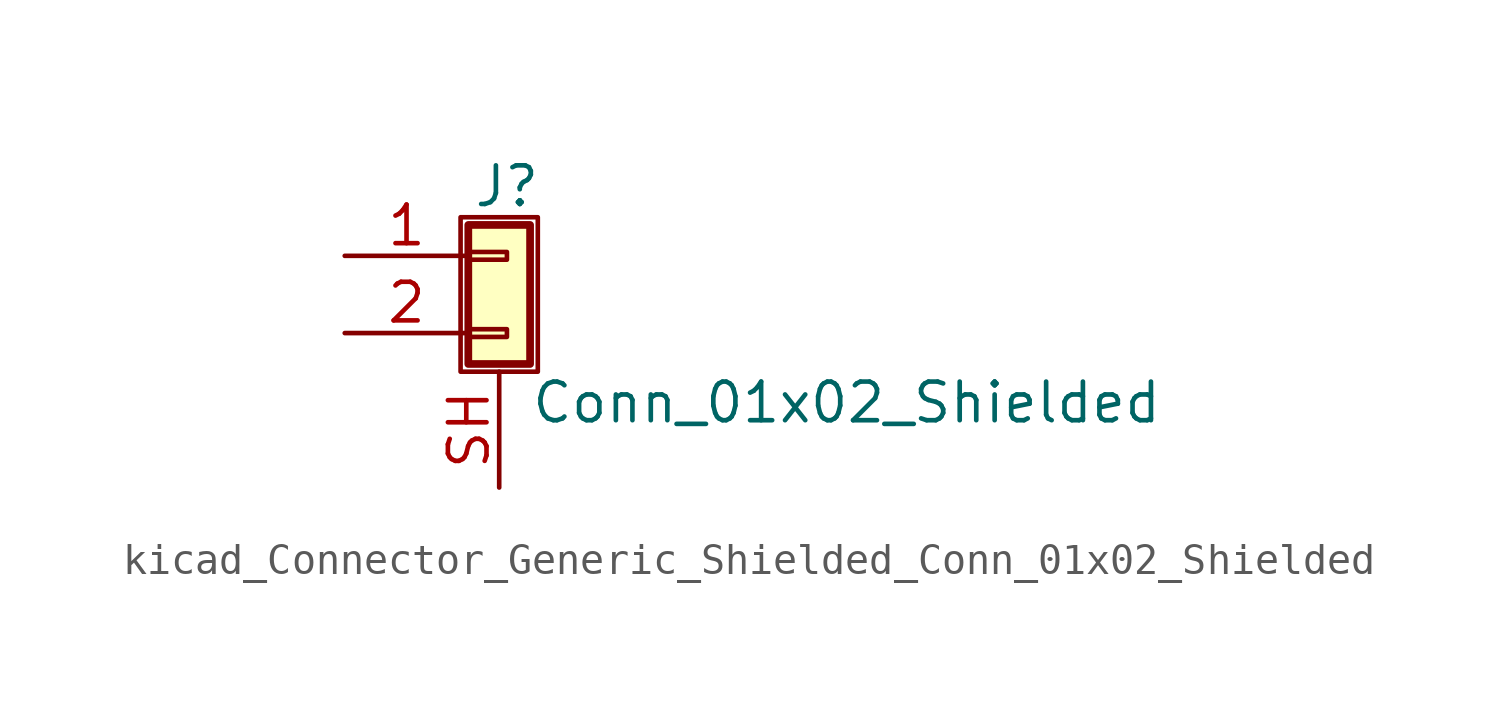
<source format=kicad_sym>
(kicad_symbol_lib
  (version 20220914)
  (generator kicad_symbol_editor)
  (symbol "kicad_Connector_Generic_Shielded_Conn_01x02_Shielded"
    (pin_names
      (offset 1.016) hide)
    (property "Reference" "J"
      (at 0.254 2.286 0)
      (effects (font (size 1.27 1.27))))
    (property "Value" "Conn_01x02_Shielded"
      (at 1.016 -4.826 0)
      (effects (font (size 1.27 1.27)) (justify left)))
    (symbol "kicad_Connector_Generic_Shielded_Conn_01x02_Shielded_1_1"
      (rectangle (start -1.27 1.27) (end 1.27 -3.81) (stroke (width 0.152) (type default)) (fill (type none)))
      (rectangle (start -1.016 -2.413) (end 0.254 -2.667) (stroke (width 0.152) (type default)) (fill (type none)))
      (rectangle (start -1.016 0.127) (end 0.254 -0.127) (stroke (width 0.152) (type default)) (fill (type none)))
      (rectangle (start -1.016 1.016) (end 1.016 -3.556) (stroke (width 0.254) (type default)) (fill (type background)))
      (pin passive line (at -5.08 0 0) (length 4.064) (name "Pin_1" (effects (font (size 1.27 1.27)))) (number "1" (effects (font (size 1.27 1.27)))))
      (pin passive line (at -5.08 -2.54 0) (length 4.064) (name "Pin_2" (effects (font (size 1.27 1.27)))) (number "2" (effects (font (size 1.27 1.27)))))
      (pin passive line (at 0 -7.62 90) (length 3.81) (name "Shield" (effects (font (size 1.27 1.27)))) (number "SH" (effects (font (size 1.27 1.27))))))))
</source>
